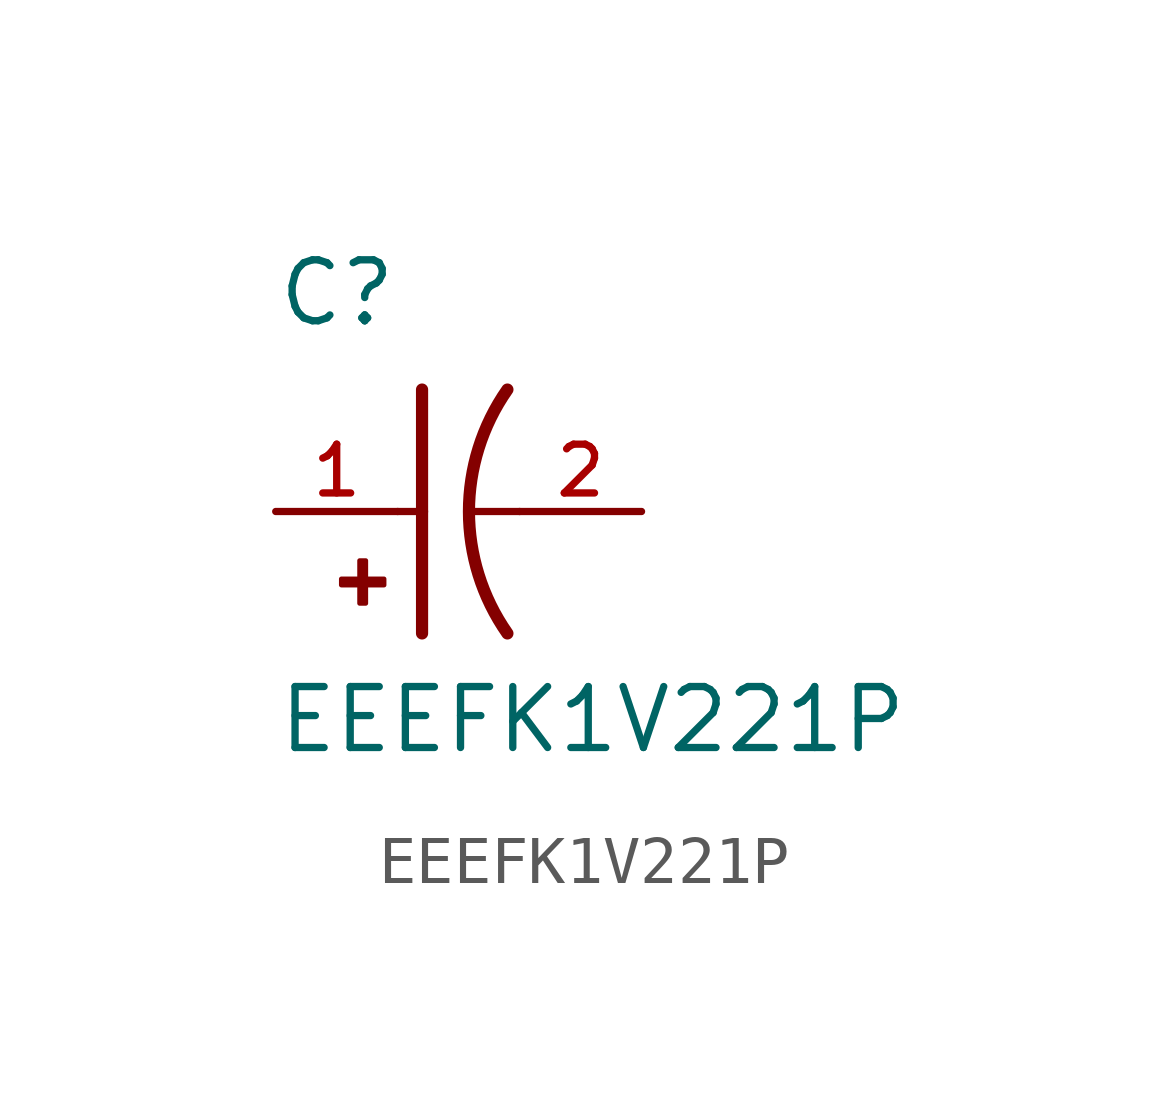
<source format=kicad_sym>
(kicad_symbol_lib
  (version 20211014)
  (generator kicad_symbol_editor)
  (symbol "EEEFK1V221P"
    (pin_names
      (offset 1.016))
    (property "Reference" "C"
      (at -2.54 3.81 0)
      (effects (font (size 1.27 1.27)) (justify bottom left)))
    (property "Value" "EEEFK1V221P"
      (at -2.54 -5.08 0)
      (effects (font (size 1.27 1.27)) (justify bottom left)))
    (symbol "EEEFK1V221P_0_0"
      (arc (start 2.286 -2.54) (mid 1.4851 -0.0) (end 2.286 2.54) (stroke (width 0.254) (type default) (color 0 0 0 0)) (fill (type none)))
      (polyline (pts (xy 0.508 2.54) (xy 0.508 0.0)) (stroke (width 0.254)))
      (rectangle (start -1.173 -1.532) (end -0.284 -1.405) (stroke (width 0.1)) (fill (type outline)))
      (rectangle (start -0.792 -1.913) (end -0.665 -1.024) (stroke (width 0.1)) (fill (type outline)))
      (polyline (pts (xy 0.508 0.0) (xy 0.508 -2.54)) (stroke (width 0.254)))
      (polyline (pts (xy 0.0 0.0) (xy 0.508 0.0)) (stroke (width 0.152)))
      (polyline (pts (xy 2.54 0.0) (xy 1.524 0.0)) (stroke (width 0.152)))
      (pin passive line (at -2.54 0.0 0) (length 2.54) (name "~" (effects (font (size 1.016 1.016)))) (number "1" (effects (font (size 1.016 1.016)))))
      (pin passive line (at 5.08 0.0 180.0) (length 2.54) (name "~" (effects (font (size 1.016 1.016)))) (number "2" (effects (font (size 1.016 1.016))))))))
</source>
